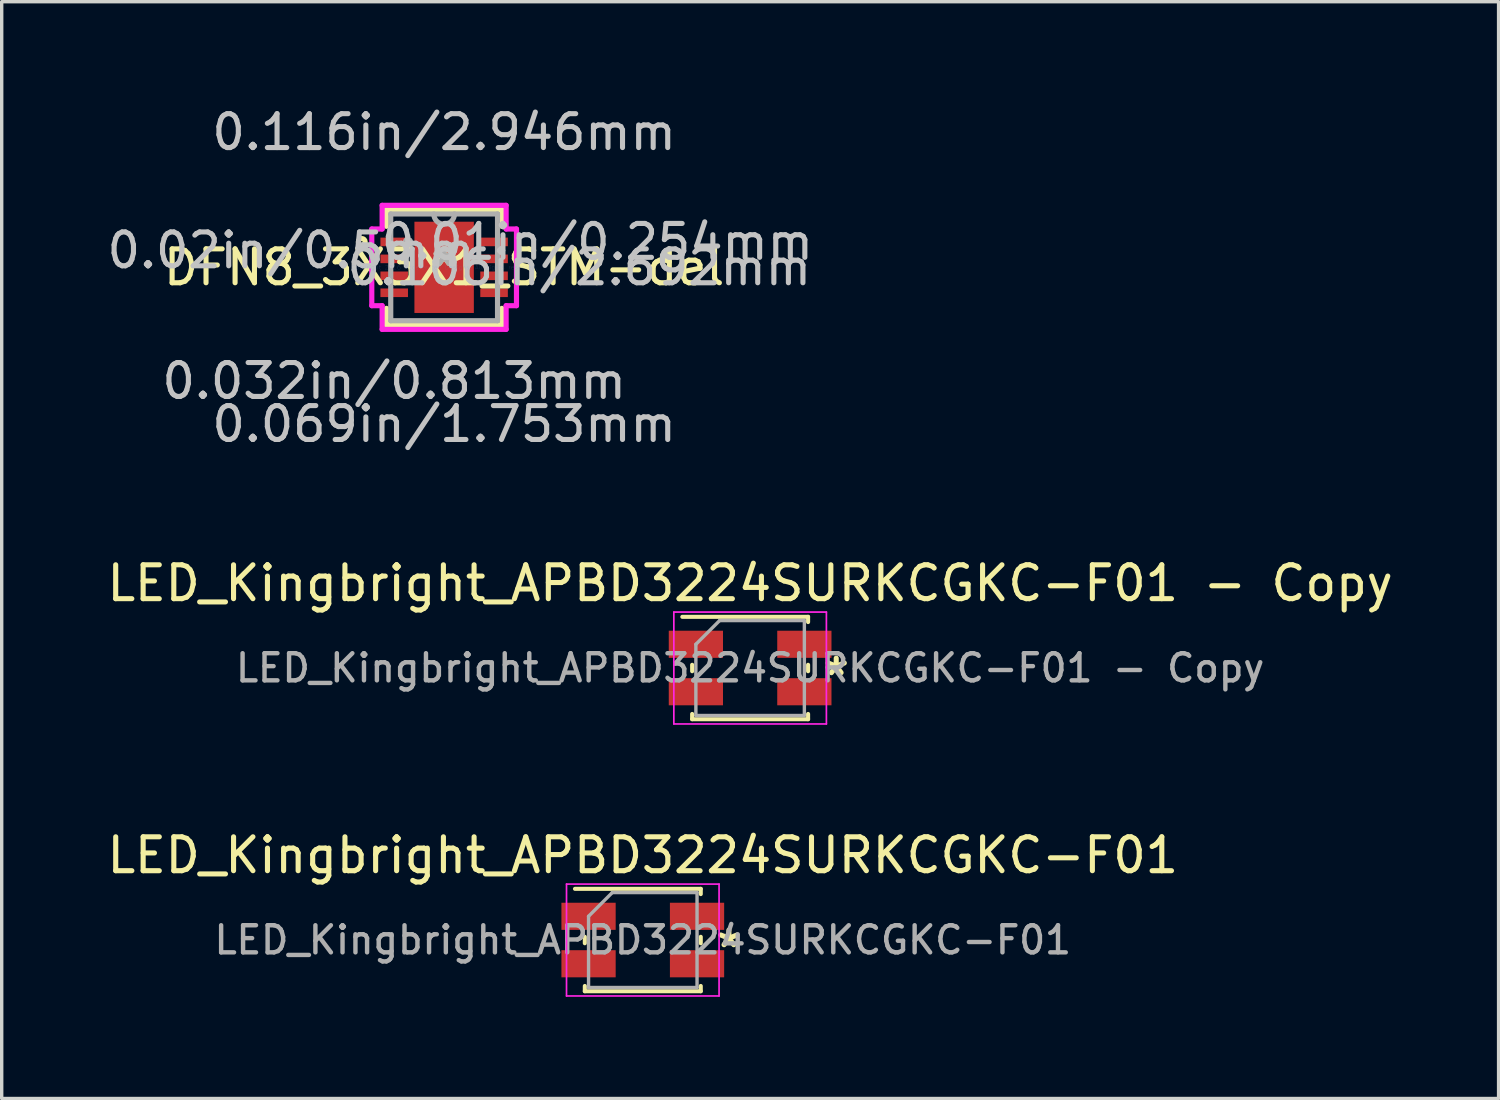
<source format=kicad_pcb>
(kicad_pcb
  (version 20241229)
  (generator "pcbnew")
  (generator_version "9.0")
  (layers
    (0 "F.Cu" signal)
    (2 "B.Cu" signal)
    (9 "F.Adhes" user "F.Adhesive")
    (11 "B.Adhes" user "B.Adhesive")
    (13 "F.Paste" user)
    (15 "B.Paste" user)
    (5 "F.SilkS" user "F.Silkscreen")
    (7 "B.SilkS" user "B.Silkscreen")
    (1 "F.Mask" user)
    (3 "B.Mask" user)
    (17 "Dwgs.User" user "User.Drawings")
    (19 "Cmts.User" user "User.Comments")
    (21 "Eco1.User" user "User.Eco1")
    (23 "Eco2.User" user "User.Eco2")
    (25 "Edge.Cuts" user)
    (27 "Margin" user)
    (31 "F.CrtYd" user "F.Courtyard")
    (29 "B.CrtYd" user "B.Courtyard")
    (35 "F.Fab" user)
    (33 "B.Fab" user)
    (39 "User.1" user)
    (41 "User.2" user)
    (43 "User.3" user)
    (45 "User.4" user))
  (footprint "LED_Kingbright_APBD3224SURKCGKC-F01"
    (layer "F.Cu")
    (at 15.911 24.679)
    (property "Reference" "LED_Kingbright_APBD3224SURKCGKC-F01" (at 0 -2.5 0) (layer "F.SilkS") (effects (font (size 1 1) (thickness 0.15))))
    (attr smd)
    (fp_line (start -2 -1.51) (end 1.71 -1.51) (stroke (width 0.12) (type solid)) (layer "F.SilkS"))
    (fp_line (start -1.71 -0.095) (end -1.71 0.095) (stroke (width 0.12) (type solid)) (layer "F.SilkS"))
    (fp_line (start -1.71 1.355) (end -1.71 1.51) (stroke (width 0.12) (type solid)) (layer "F.SilkS"))
    (fp_line (start -1.71 1.51) (end 1.71 1.51) (stroke (width 0.12) (type solid)) (layer "F.SilkS"))
    (fp_line (start 1.71 -1.355) (end 1.71 -1.51) (stroke (width 0.12) (type solid)) (layer "F.SilkS"))
    (fp_line (start 1.71 -0.095) (end 1.71 0.095) (stroke (width 0.12) (type solid)) (layer "F.SilkS"))
    (fp_line (start 1.71 1.355) (end 1.71 1.51) (stroke (width 0.12) (type solid)) (layer "F.SilkS"))
    (fp_line (start -2.25 -1.65) (end -2.25 1.65) (stroke (width 0.05) (type solid)) (layer "F.CrtYd"))
    (fp_line (start -2.25 -1.65) (end 2.25 -1.65) (stroke (width 0.05) (type solid)) (layer "F.CrtYd"))
    (fp_line (start -2.25 1.65) (end 2.25 1.65) (stroke (width 0.05) (type solid)) (layer "F.CrtYd"))
    (fp_line (start 2.25 -1.65) (end 2.25 1.65) (stroke (width 0.05) (type solid)) (layer "F.CrtYd"))
    (fp_line (start -1.6 1.4) (end -1.6 -0.7) (stroke (width 0.1) (type solid)) (layer "F.Fab"))
    (fp_line (start -0.9 -1.4) (end -1.6 -0.7) (stroke (width 0.1) (type solid)) (layer "F.Fab"))
    (fp_line (start -0.9 -1.4) (end 1.6 -1.4) (stroke (width 0.1) (type solid)) (layer "F.Fab"))
    (fp_line (start 1.6 -1.4) (end 1.6 1.4) (stroke (width 0.1) (type solid)) (layer "F.Fab"))
    (fp_line (start 1.6 1.4) (end -1.6 1.4) (stroke (width 0.1) (type solid)) (layer "F.Fab"))
    (fp_text user "*" (at 2.54 0.254 0) (layer "F.SilkS") (effects (font (size 1 1) (thickness 0.15))))
    (fp_text user "${REFERENCE}" (at 0 0 0) (layer "F.Fab") (effects (font (size 0.8 0.8) (thickness 0.13))))
    (pad "1" smd rect (at -1.6 0.7) (size 1.6 0.8) (layers "F.Cu" "F.Mask" "F.Paste"))
    (pad "2" smd rect (at 1.6 0.7) (size 1.6 0.8) (layers "F.Cu" "F.Mask" "F.Paste"))
    (pad "3" smd rect (at -1.6 -0.7) (size 1.6 0.8) (layers "F.Cu" "F.Mask" "F.Paste"))
    (pad "4" smd rect (at 1.6 -0.7) (size 1.6 0.8) (layers "F.Cu" "F.Mask" "F.Paste")))
  (footprint "DFN8_3X3X1_STM-del"
    (layer "F.Cu")
    (at 10.051 4.836)
    (property "Reference" "DFN8_3X3X1_STM-del" (at 0 0 0) (layer "F.SilkS") (effects (font (size 1 1) (thickness 0.15))))
    (attr through_hole)
    (fp_line (start -1.702 -1.702) (end -1.702 -1.21) (stroke (width 0.152) (type solid)) (layer "F.SilkS"))
    (fp_line (start -1.702 1.21) (end -1.702 1.702) (stroke (width 0.152) (type solid)) (layer "F.SilkS"))
    (fp_line (start -1.702 1.702) (end 1.702 1.702) (stroke (width 0.152) (type solid)) (layer "F.SilkS"))
    (fp_line (start 1.702 -1.702) (end -1.702 -1.702) (stroke (width 0.152) (type solid)) (layer "F.SilkS"))
    (fp_line (start 1.702 -1.21) (end 1.702 -1.702) (stroke (width 0.152) (type solid)) (layer "F.SilkS"))
    (fp_line (start 1.702 1.702) (end 1.702 1.21) (stroke (width 0.152) (type solid)) (layer "F.SilkS"))
    (fp_circle (center -2.43 -0.75) (end -2.329 -0.75) (stroke (width 0.152) (type solid)) (fill no) (layer "F.SilkS"))
    (fp_line (start -0.776 -1.246) (end -0.776 -0.1) (stroke (width 0.152) (type solid)) (layer "F.Paste"))
    (fp_line (start -0.776 -0.1) (end 0.776 -0.1) (stroke (width 0.152) (type solid)) (layer "F.Paste"))
    (fp_line (start -0.776 0.1) (end -0.776 1.246) (stroke (width 0.152) (type solid)) (layer "F.Paste"))
    (fp_line (start -0.776 1.246) (end 0.776 1.246) (stroke (width 0.152) (type solid)) (layer "F.Paste"))
    (fp_line (start 0.776 -1.246) (end -0.776 -1.246) (stroke (width 0.152) (type solid)) (layer "F.Paste"))
    (fp_line (start 0.776 -0.1) (end 0.776 -1.246) (stroke (width 0.152) (type solid)) (layer "F.Paste"))
    (fp_line (start 0.776 0.1) (end -0.776 0.1) (stroke (width 0.152) (type solid)) (layer "F.Paste"))
    (fp_line (start 0.776 1.246) (end 0.776 0.1) (stroke (width 0.152) (type solid)) (layer "F.Paste"))
    (fp_line (start -2.134 -1.131) (end -1.829 -1.131) (stroke (width 0.152) (type solid)) (layer "F.CrtYd"))
    (fp_line (start -2.134 1.131) (end -2.134 -1.131) (stroke (width 0.152) (type solid)) (layer "F.CrtYd"))
    (fp_line (start -1.829 -1.829) (end 1.829 -1.829) (stroke (width 0.152) (type solid)) (layer "F.CrtYd"))
    (fp_line (start -1.829 -1.131) (end -1.829 -1.829) (stroke (width 0.152) (type solid)) (layer "F.CrtYd"))
    (fp_line (start -1.829 1.131) (end -2.134 1.131) (stroke (width 0.152) (type solid)) (layer "F.CrtYd"))
    (fp_line (start -1.829 1.829) (end -1.829 1.131) (stroke (width 0.152) (type solid)) (layer "F.CrtYd"))
    (fp_line (start 1.829 -1.829) (end 1.829 -1.131) (stroke (width 0.152) (type solid)) (layer "F.CrtYd"))
    (fp_line (start 1.829 -1.131) (end 2.134 -1.131) (stroke (width 0.152) (type solid)) (layer "F.CrtYd"))
    (fp_line (start 1.829 1.131) (end 1.829 1.829) (stroke (width 0.152) (type solid)) (layer "F.CrtYd"))
    (fp_line (start 1.829 1.829) (end -1.829 1.829) (stroke (width 0.152) (type solid)) (layer "F.CrtYd"))
    (fp_line (start 2.134 -1.131) (end 2.134 1.131) (stroke (width 0.152) (type solid)) (layer "F.CrtYd"))
    (fp_line (start 2.134 1.131) (end 1.829 1.131) (stroke (width 0.152) (type solid)) (layer "F.CrtYd"))
    (fp_line (start -1.575 -1.575) (end -1.575 1.575) (stroke (width 0.152) (type solid)) (layer "F.Fab"))
    (fp_line (start -1.575 1.575) (end 1.575 1.575) (stroke (width 0.152) (type solid)) (layer "F.Fab"))
    (fp_line (start 1.575 -1.575) (end -1.575 -1.575) (stroke (width 0.152) (type solid)) (layer "F.Fab"))
    (fp_line (start 1.575 1.575) (end 1.575 -1.575) (stroke (width 0.152) (type solid)) (layer "F.Fab"))
    (fp_arc (start 0.3048 -1.5748) (mid 0 -1.27) (end -0.3048 -1.5748) (stroke (width 0.1524) (type solid)) (layer "F.Fab"))
    (fp_circle (center -1.067 -0.75) (end -0.991 -0.75) (stroke (width 0.152) (type solid)) (fill no) (layer "F.Fab"))
    (fp_text user "*" (at 0 0 0) (layer "F.SilkS") (effects (font (size 1 1) (thickness 0.15))))
    (fp_text user "0.069in/1.753mm" (at 0 4.623 0) (layer "Dwgs.User") (effects (font (size 1 1) (thickness 0.15))))
    (fp_text user "0.106in/2.692mm" (at 3.988 0 0) (layer "Dwgs.User") (effects (font (size 1 1) (thickness 0.15))))
    (fp_text user "0.01in/0.254mm" (at 4.521 -0.75 0) (layer "Dwgs.User") (effects (font (size 1 1) (thickness 0.15))))
    (fp_text user "0.032in/0.813mm" (at -1.473 3.353 0) (layer "Dwgs.User") (effects (font (size 1 1) (thickness 0.15))))
    (fp_text user "0.116in/2.946mm" (at 0 -3.988 0) (layer "Dwgs.User") (effects (font (size 1 1) (thickness 0.15))))
    (fp_text user "0.02in/0.5mm" (at -4.521 -0.5 0) (layer "Dwgs.User") (effects (font (size 1 1) (thickness 0.15))))
    (fp_text user "Copyright 2016 Accelerated Designs. All rights reserved." (at 0 0 0) (layer "Cmts.User") (effects (font (size 0.127 0.127) (thickness 0.002))))
    (fp_text user "*" (at 0 0 0) (layer "F.Fab") (effects (font (size 1 1) (thickness 0.15))))
    (pad "" smd rect (at 0 0) (size 1.5 2.5) (layers "F.Paste"))
    (pad "1" smd rect (at -1.473 -0.75) (size 0.813 0.254) (layers "F.Cu" "F.Mask" "F.Paste"))
    (pad "2" smd rect (at -1.473 -0.25) (size 0.813 0.254) (layers "F.Cu" "F.Mask" "F.Paste"))
    (pad "3" smd rect (at -1.473 0.25) (size 0.813 0.254) (layers "F.Cu" "F.Mask" "F.Paste"))
    (pad "4" smd rect (at -1.473 0.75) (size 0.813 0.254) (layers "F.Cu" "F.Mask" "F.Paste"))
    (pad "5" smd rect (at 1.473 0.75) (size 0.813 0.254) (layers "F.Cu" "F.Mask" "F.Paste"))
    (pad "6" smd rect (at 1.473 0.25) (size 0.813 0.254) (layers "F.Cu" "F.Mask" "F.Paste"))
    (pad "7" smd rect (at 1.473 -0.25) (size 0.813 0.254) (layers "F.Cu" "F.Mask" "F.Paste"))
    (pad "8" smd rect (at 1.473 -0.75) (size 0.813 0.254) (layers "F.Cu" "F.Mask" "F.Paste"))
    (pad "9" smd rect (at 0 0) (size 1.753 2.692) (layers "F.Cu" "F.Mask")))
  (footprint "LED_Kingbright_APBD3224SURKCGKC-F01 - Copy"
    (layer "F.Cu")
    (at 19.077 16.655)
    (property "Reference" "LED_Kingbright_APBD3224SURKCGKC-F01 - Copy" (at 0 -2.5 0) (layer "F.SilkS") (effects (font (size 1 1) (thickness 0.15))))
    (attr smd)
    (fp_line (start -2 -1.51) (end 1.71 -1.51) (stroke (width 0.12) (type solid)) (layer "F.SilkS"))
    (fp_line (start -1.71 -0.095) (end -1.71 0.095) (stroke (width 0.12) (type solid)) (layer "F.SilkS"))
    (fp_line (start -1.71 1.355) (end -1.71 1.51) (stroke (width 0.12) (type solid)) (layer "F.SilkS"))
    (fp_line (start -1.71 1.51) (end 1.71 1.51) (stroke (width 0.12) (type solid)) (layer "F.SilkS"))
    (fp_line (start 1.71 -1.355) (end 1.71 -1.51) (stroke (width 0.12) (type solid)) (layer "F.SilkS"))
    (fp_line (start 1.71 -0.095) (end 1.71 0.095) (stroke (width 0.12) (type solid)) (layer "F.SilkS"))
    (fp_line (start 1.71 1.355) (end 1.71 1.51) (stroke (width 0.12) (type solid)) (layer "F.SilkS"))
    (fp_line (start -2.25 -1.65) (end -2.25 1.65) (stroke (width 0.05) (type solid)) (layer "F.CrtYd"))
    (fp_line (start -2.25 -1.65) (end 2.25 -1.65) (stroke (width 0.05) (type solid)) (layer "F.CrtYd"))
    (fp_line (start -2.25 1.65) (end 2.25 1.65) (stroke (width 0.05) (type solid)) (layer "F.CrtYd"))
    (fp_line (start 2.25 -1.65) (end 2.25 1.65) (stroke (width 0.05) (type solid)) (layer "F.CrtYd"))
    (fp_line (start -1.6 1.4) (end -1.6 -0.7) (stroke (width 0.1) (type solid)) (layer "F.Fab"))
    (fp_line (start -0.9 -1.4) (end -1.6 -0.7) (stroke (width 0.1) (type solid)) (layer "F.Fab"))
    (fp_line (start -0.9 -1.4) (end 1.6 -1.4) (stroke (width 0.1) (type solid)) (layer "F.Fab"))
    (fp_line (start 1.6 -1.4) (end 1.6 1.4) (stroke (width 0.1) (type solid)) (layer "F.Fab"))
    (fp_line (start 1.6 1.4) (end -1.6 1.4) (stroke (width 0.1) (type solid)) (layer "F.Fab"))
    (fp_text user "*" (at 2.54 0.254 0) (layer "F.SilkS") (effects (font (size 1 1) (thickness 0.15))))
    (fp_text user "${REFERENCE}" (at 0 0 0) (layer "F.Fab") (effects (font (size 0.8 0.8) (thickness 0.13))))
    (pad "1" smd rect (at -1.6 -0.7) (size 1.6 0.8) (layers "F.Cu" "F.Mask" "F.Paste"))
    (pad "2" smd rect (at 1.6 -0.7) (size 1.6 0.8) (layers "F.Cu" "F.Mask" "F.Paste"))
    (pad "3" smd rect (at -1.6 0.7) (size 1.6 0.8) (layers "F.Cu" "F.Mask" "F.Paste"))
    (pad "4" smd rect (at 1.6 0.7) (size 1.6 0.8) (layers "F.Cu" "F.Mask" "F.Paste")))
  (gr_rect
    (start -3 -3)
    (end 41.155 29.354)
    (stroke (width 0.1) (type default))
    (fill no)
    (layer "Edge.Cuts")))
</source>
